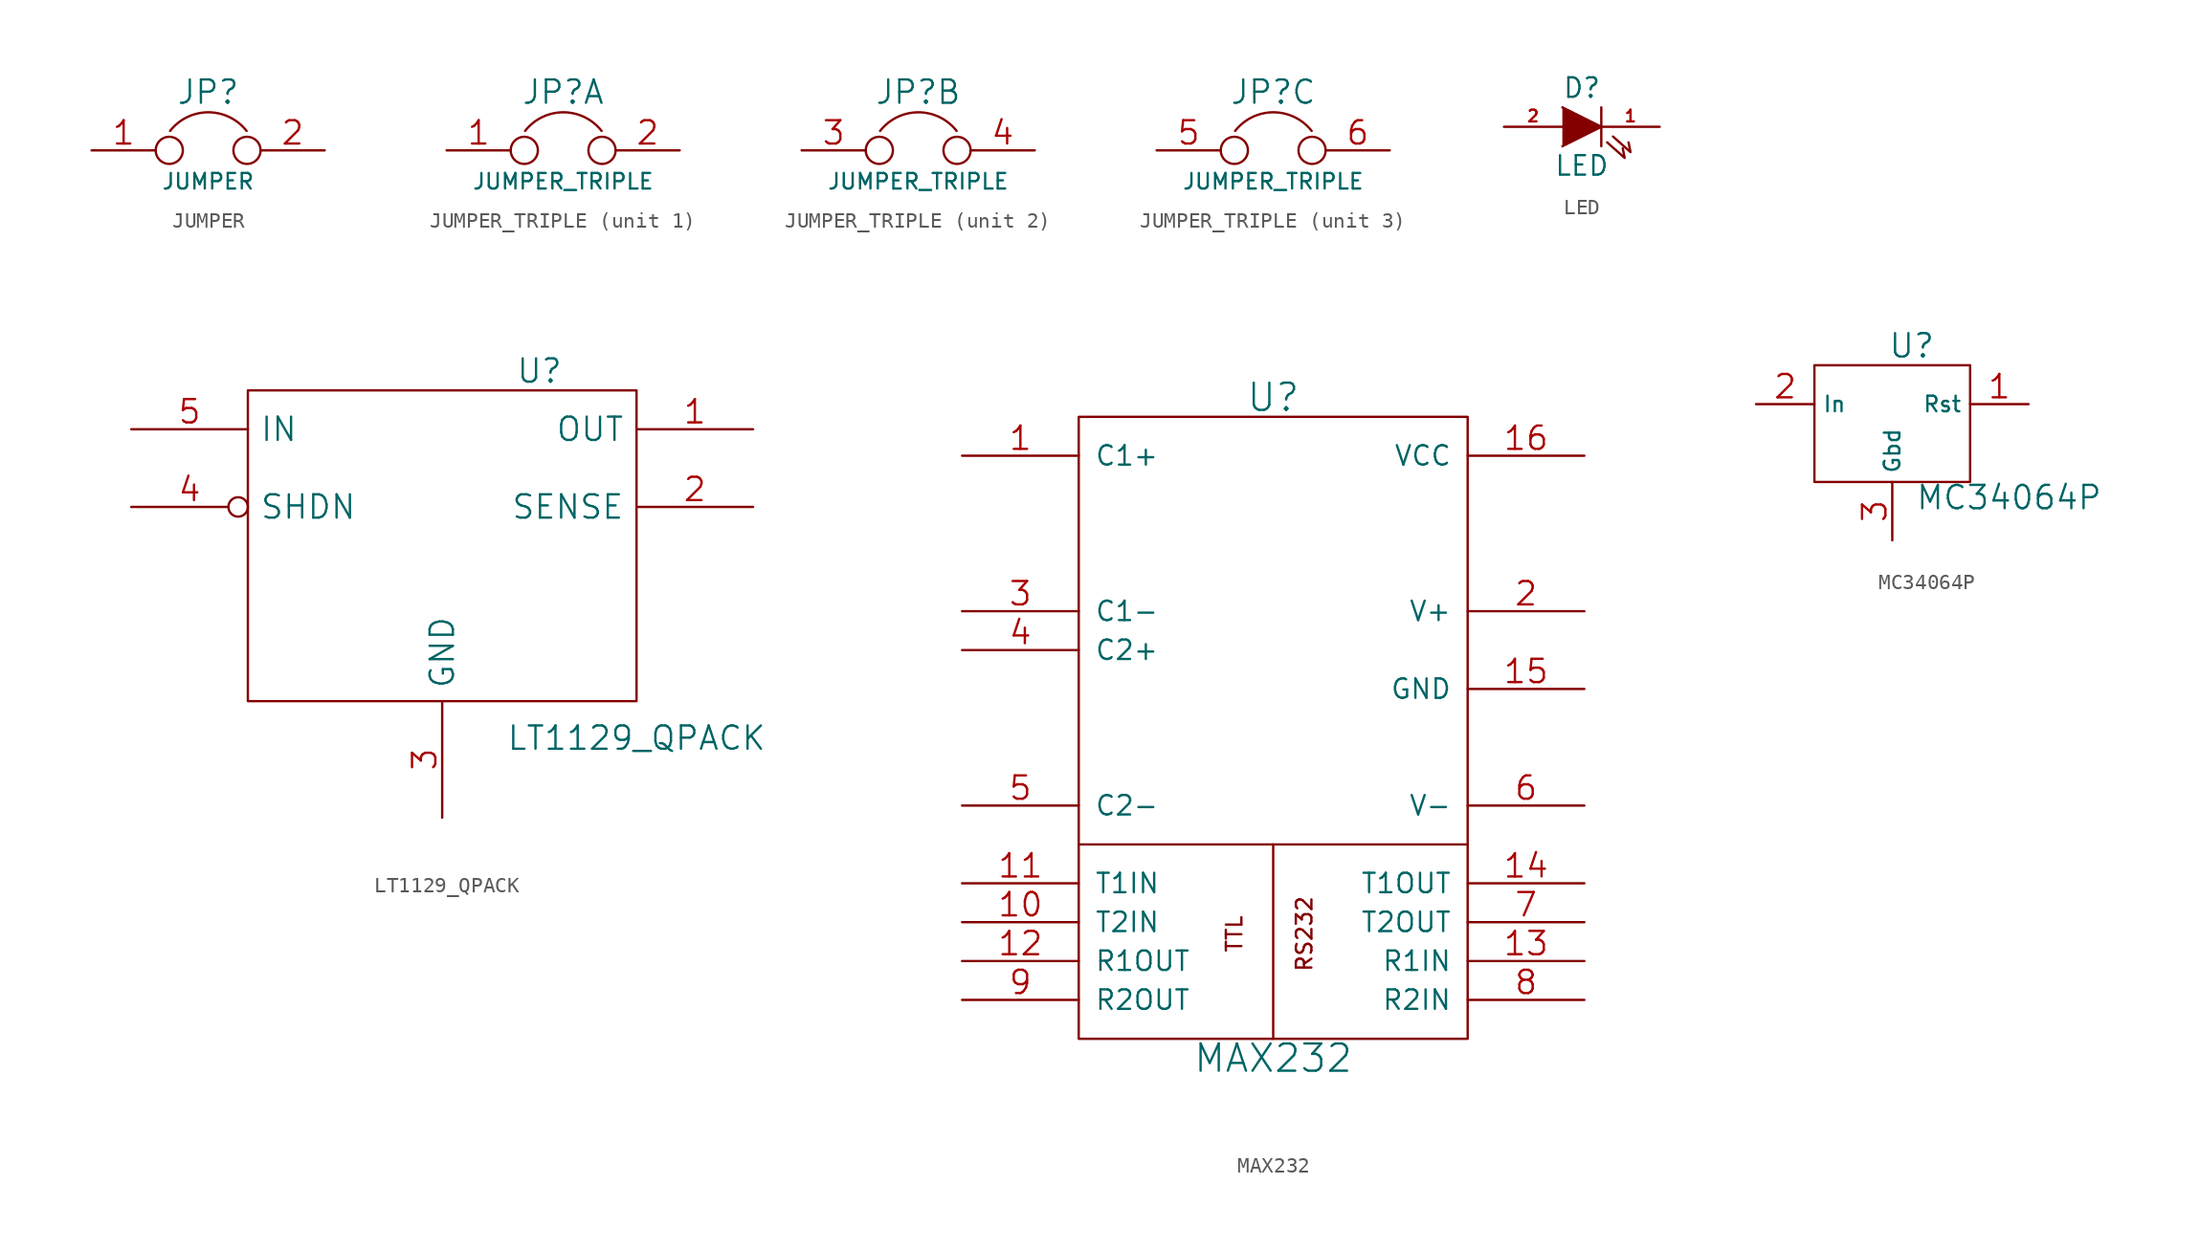
<source format=kicad_sym>
(kicad_symbol_lib
  (version 20201005)
  (generator kicad_symbol_editor)
  (symbol "kit-coldfire_schlib:JUMPER"
    (pin_names
      (offset 0.762) hide)
    (property "Reference" "JP"
      (at 0 3.81 0)
      (effects (font (size 1.524 1.524))))
    (property "Value" "JUMPER"
      (at 0 -2.032 0)
      (effects (font (size 1.016 1.016))))
    (property "Footprint" ""
      (at 0 0 0)
      (effects (font (size 1.524 1.524))))
    (property "Datasheet" ""
      (at 0 0 0)
      (effects (font (size 1.524 1.524))))
    (symbol "JUMPER_0_1"
      (arc (start -2.4892 1.27) (end 2.5146 1.27) (radius (at 0 -0.6604) (length 3.175) (angles 142.6 37.3)) (stroke (width 0)) (fill (type none)))
      (circle (center -2.54 0) (radius 0.889) (stroke (width 0)) (fill (type none)))
      (circle (center 2.54 0) (radius 0.889) (stroke (width 0)) (fill (type none)))
      (pin passive line (at -7.62 0 0) (length 4.191) (name "1" (effects (font (size 1.524 1.524)))) (number "1" (effects (font (size 1.524 1.524)))))
      (pin passive line (at 7.62 0 180) (length 4.191) (name "2" (effects (font (size 1.524 1.524)))) (number "2" (effects (font (size 1.524 1.524)))))))
  (symbol "kit-coldfire_schlib:JUMPER_TRIPLE"
    (pin_names
      (offset 0.762) hide)
    (property "Reference" "JP"
      (at 0 3.81 0)
      (effects (font (size 1.524 1.524))))
    (property "Value" "JUMPER_TRIPLE"
      (at 0 -2.032 0)
      (effects (font (size 1.016 1.016))))
    (property "Footprint" ""
      (at 0 0 0)
      (effects (font (size 1.524 1.524))))
    (property "Datasheet" ""
      (at 0 0 0)
      (effects (font (size 1.524 1.524))))
    (symbol "JUMPER_TRIPLE_0_1"
      (arc (start -2.4892 1.27) (end 2.5146 1.27) (radius (at 0 -0.6604) (length 3.175) (angles 142.6 37.3)) (stroke (width 0)) (fill (type none)))
      (circle (center -2.54 0) (radius 0.889) (stroke (width 0)) (fill (type none)))
      (circle (center 2.54 0) (radius 0.889) (stroke (width 0)) (fill (type none))))
    (symbol "JUMPER_TRIPLE_1_1"
      (pin passive line (at -7.62 0 0) (length 4.191) (name "1" (effects (font (size 1.524 1.524)))) (number "1" (effects (font (size 1.524 1.524)))))
      (pin passive line (at 7.62 0 180) (length 4.191) (name "2" (effects (font (size 1.524 1.524)))) (number "2" (effects (font (size 1.524 1.524))))))
    (symbol "JUMPER_TRIPLE_2_1"
      (pin passive line (at -7.62 0 0) (length 4.191) (name "3" (effects (font (size 1.524 1.524)))) (number "3" (effects (font (size 1.524 1.524)))))
      (pin passive line (at 7.62 0 180) (length 4.191) (name "4" (effects (font (size 1.524 1.524)))) (number "4" (effects (font (size 1.524 1.524))))))
    (symbol "JUMPER_TRIPLE_3_1"
      (pin passive line (at -7.62 0 0) (length 4.191) (name "5" (effects (font (size 1.524 1.524)))) (number "5" (effects (font (size 1.524 1.524)))))
      (pin passive line (at 7.62 0 180) (length 4.191) (name "6" (effects (font (size 1.524 1.524)))) (number "6" (effects (font (size 1.524 1.524)))))))
  (symbol "kit-coldfire_schlib:LED"
    (pin_names
      (offset 1.016) hide)
    (property "Reference" "D"
      (at 0 2.54 0)
      (effects (font (size 1.27 1.27))))
    (property "Value" "LED"
      (at 0 -2.54 0)
      (effects (font (size 1.27 1.27))))
    (property "Footprint" ""
      (at 0 0 0)
      (effects (font (size 1.524 1.524))))
    (property "Datasheet" ""
      (at 0 0 0)
      (effects (font (size 1.524 1.524))))
    (symbol "LED_0_1"
      (polyline (pts (xy 1.27 1.27) (xy 1.27 -1.27)) (stroke (width 0)) (fill (type none)))
      (polyline (pts (xy -1.27 1.27) (xy 1.27 0) (xy -1.27 -1.27)) (stroke (width 0)) (fill (type outline)))
      (polyline (pts (xy 1.651 -1.016) (xy 2.794 -2.032) (xy 2.667 -1.397)) (stroke (width 0)) (fill (type none)))
      (polyline (pts (xy 2.032 -0.635) (xy 3.175 -1.651) (xy 3.048 -1.016)) (stroke (width 0)) (fill (type none))))
    (symbol "LED_1_1"
      (pin passive line (at 5.08 0 180) (length 3.81) (name "K" (effects (font (size 0.762 0.762)))) (number "1" (effects (font (size 0.762 0.762)))))
      (pin passive line (at -5.08 0 0) (length 3.81) (name "A" (effects (font (size 0.762 0.762)))) (number "2" (effects (font (size 0.762 0.762)))))))
  (symbol "kit-coldfire_schlib:LT1129_QPACK"
    (pin_names
      (offset 0.762))
    (property "Reference" "U"
      (at 6.35 11.43 0)
      (effects (font (size 1.524 1.524))))
    (property "Value" "LT1129_QPACK"
      (at 12.7 -12.573 0)
      (effects (font (size 1.524 1.524))))
    (property "Footprint" ""
      (at 0 0 0)
      (effects (font (size 1.524 1.524))))
    (property "Datasheet" ""
      (at 0 0 0)
      (effects (font (size 1.524 1.524))))
    (symbol "LT1129_QPACK_0_1"
      (rectangle (start -12.7 -10.16) (end 12.7 10.16) (stroke (width 0)) (fill (type none))))
    (symbol "LT1129_QPACK_1_1"
      (pin power_out line (at 20.32 7.62 180) (length 7.62) (name "OUT" (effects (font (size 1.524 1.524)))) (number "1" (effects (font (size 1.524 1.524)))))
      (pin input line (at 20.32 2.54 180) (length 7.62) (name "SENSE" (effects (font (size 1.524 1.524)))) (number "2" (effects (font (size 1.524 1.524)))))
      (pin power_in line (at 0 -17.78 90) (length 7.62) (name "GND" (effects (font (size 1.524 1.524)))) (number "3" (effects (font (size 1.524 1.524)))))
      (pin input inverted (at -20.32 2.54 0) (length 7.62) (name "SHDN" (effects (font (size 1.524 1.524)))) (number "4" (effects (font (size 1.524 1.524)))))
      (pin input line (at -20.32 7.62 0) (length 7.62) (name "IN" (effects (font (size 1.524 1.524)))) (number "5" (effects (font (size 1.524 1.524)))))))
  (symbol "kit-coldfire_schlib:MAX232"
    (pin_names
      (offset 1.016))
    (property "Reference" "U"
      (at 0 21.59 0)
      (effects (font (size 1.778 1.778))))
    (property "Value" "MAX232"
      (at 0 -21.59 0)
      (effects (font (size 1.778 1.778))))
    (property "Footprint" ""
      (at 0 0 0)
      (effects (font (size 1.524 1.524))))
    (property "Datasheet" ""
      (at 0 0 0)
      (effects (font (size 1.524 1.524))))
    (symbol "MAX232_0_0"
      (text "RS232" (at 2.032 -13.462 900) (effects (font (size 1.016 1.016))))
      (text "TTL" (at -2.54 -13.462 900) (effects (font (size 1.016 1.016)))))
    (symbol "MAX232_0_1"
      (rectangle (start -12.7 -20.32) (end 12.7 20.32) (stroke (width 0)) (fill (type none)))
      (polyline (pts (xy -12.7 -7.62) (xy 12.7 -7.62) (xy 12.7 -7.62)) (stroke (width 0)) (fill (type none)))
      (polyline (pts (xy 0 -7.62) (xy 0 -20.32) (xy 0 -20.32)) (stroke (width 0)) (fill (type none))))
    (symbol "MAX232_1_1"
      (pin input line (at -20.32 17.78 0) (length 7.62) (name "C1+" (effects (font (size 1.27 1.27)))) (number "1" (effects (font (size 1.524 1.524)))))
      (pin input line (at -20.32 -12.7 0) (length 7.62) (name "T2IN" (effects (font (size 1.27 1.27)))) (number "10" (effects (font (size 1.524 1.524)))))
      (pin input line (at -20.32 -10.16 0) (length 7.62) (name "T1IN" (effects (font (size 1.27 1.27)))) (number "11" (effects (font (size 1.524 1.524)))))
      (pin output line (at -20.32 -15.24 0) (length 7.62) (name "R1OUT" (effects (font (size 1.27 1.27)))) (number "12" (effects (font (size 1.524 1.524)))))
      (pin input line (at 20.32 -15.24 180) (length 7.62) (name "R1IN" (effects (font (size 1.27 1.27)))) (number "13" (effects (font (size 1.524 1.524)))))
      (pin output line (at 20.32 -10.16 180) (length 7.62) (name "T1OUT" (effects (font (size 1.27 1.27)))) (number "14" (effects (font (size 1.524 1.524)))))
      (pin power_in line (at 20.32 2.54 180) (length 7.62) (name "GND" (effects (font (size 1.27 1.27)))) (number "15" (effects (font (size 1.524 1.524)))))
      (pin power_in line (at 20.32 17.78 180) (length 7.62) (name "VCC" (effects (font (size 1.27 1.27)))) (number "16" (effects (font (size 1.524 1.524)))))
      (pin power_out line (at 20.32 7.62 180) (length 7.62) (name "V+" (effects (font (size 1.27 1.27)))) (number "2" (effects (font (size 1.524 1.524)))))
      (pin input line (at -20.32 7.62 0) (length 7.62) (name "C1-" (effects (font (size 1.27 1.27)))) (number "3" (effects (font (size 1.524 1.524)))))
      (pin input line (at -20.32 5.08 0) (length 7.62) (name "C2+" (effects (font (size 1.27 1.27)))) (number "4" (effects (font (size 1.524 1.524)))))
      (pin input line (at -20.32 -5.08 0) (length 7.62) (name "C2-" (effects (font (size 1.27 1.27)))) (number "5" (effects (font (size 1.524 1.524)))))
      (pin power_out line (at 20.32 -5.08 180) (length 7.62) (name "V-" (effects (font (size 1.27 1.27)))) (number "6" (effects (font (size 1.524 1.524)))))
      (pin output line (at 20.32 -12.7 180) (length 7.62) (name "T2OUT" (effects (font (size 1.27 1.27)))) (number "7" (effects (font (size 1.524 1.524)))))
      (pin input line (at 20.32 -17.78 180) (length 7.62) (name "R2IN" (effects (font (size 1.27 1.27)))) (number "8" (effects (font (size 1.524 1.524)))))
      (pin output line (at -20.32 -17.78 0) (length 7.62) (name "R2OUT" (effects (font (size 1.27 1.27)))) (number "9" (effects (font (size 1.524 1.524)))))))
  (symbol "kit-coldfire_schlib:MC34064P"
    (property "Reference" "U"
      (at 1.27 5.08 0)
      (effects (font (size 1.524 1.524))))
    (property "Value" "MC34064P"
      (at 7.62 -4.826 0)
      (effects (font (size 1.524 1.524))))
    (property "Footprint" ""
      (at 0 0 0)
      (effects (font (size 1.524 1.524))))
    (property "Datasheet" ""
      (at 0 0 0)
      (effects (font (size 1.524 1.524))))
    (symbol "MC34064P_0_1"
      (rectangle (start -5.08 -3.81) (end 5.08 3.81) (stroke (width 0)) (fill (type none))))
    (symbol "MC34064P_1_1"
      (pin open_collector line (at 8.89 1.27 180) (length 3.81) (name "Rst" (effects (font (size 1.016 1.016)))) (number "1" (effects (font (size 1.524 1.524)))))
      (pin input line (at -8.89 1.27 0) (length 3.81) (name "In" (effects (font (size 1.016 1.016)))) (number "2" (effects (font (size 1.524 1.524)))))
      (pin input line (at 0 -7.62 90) (length 3.81) (name "Gbd" (effects (font (size 1.016 1.016)))) (number "3" (effects (font (size 1.524 1.524))))))))
</source>
